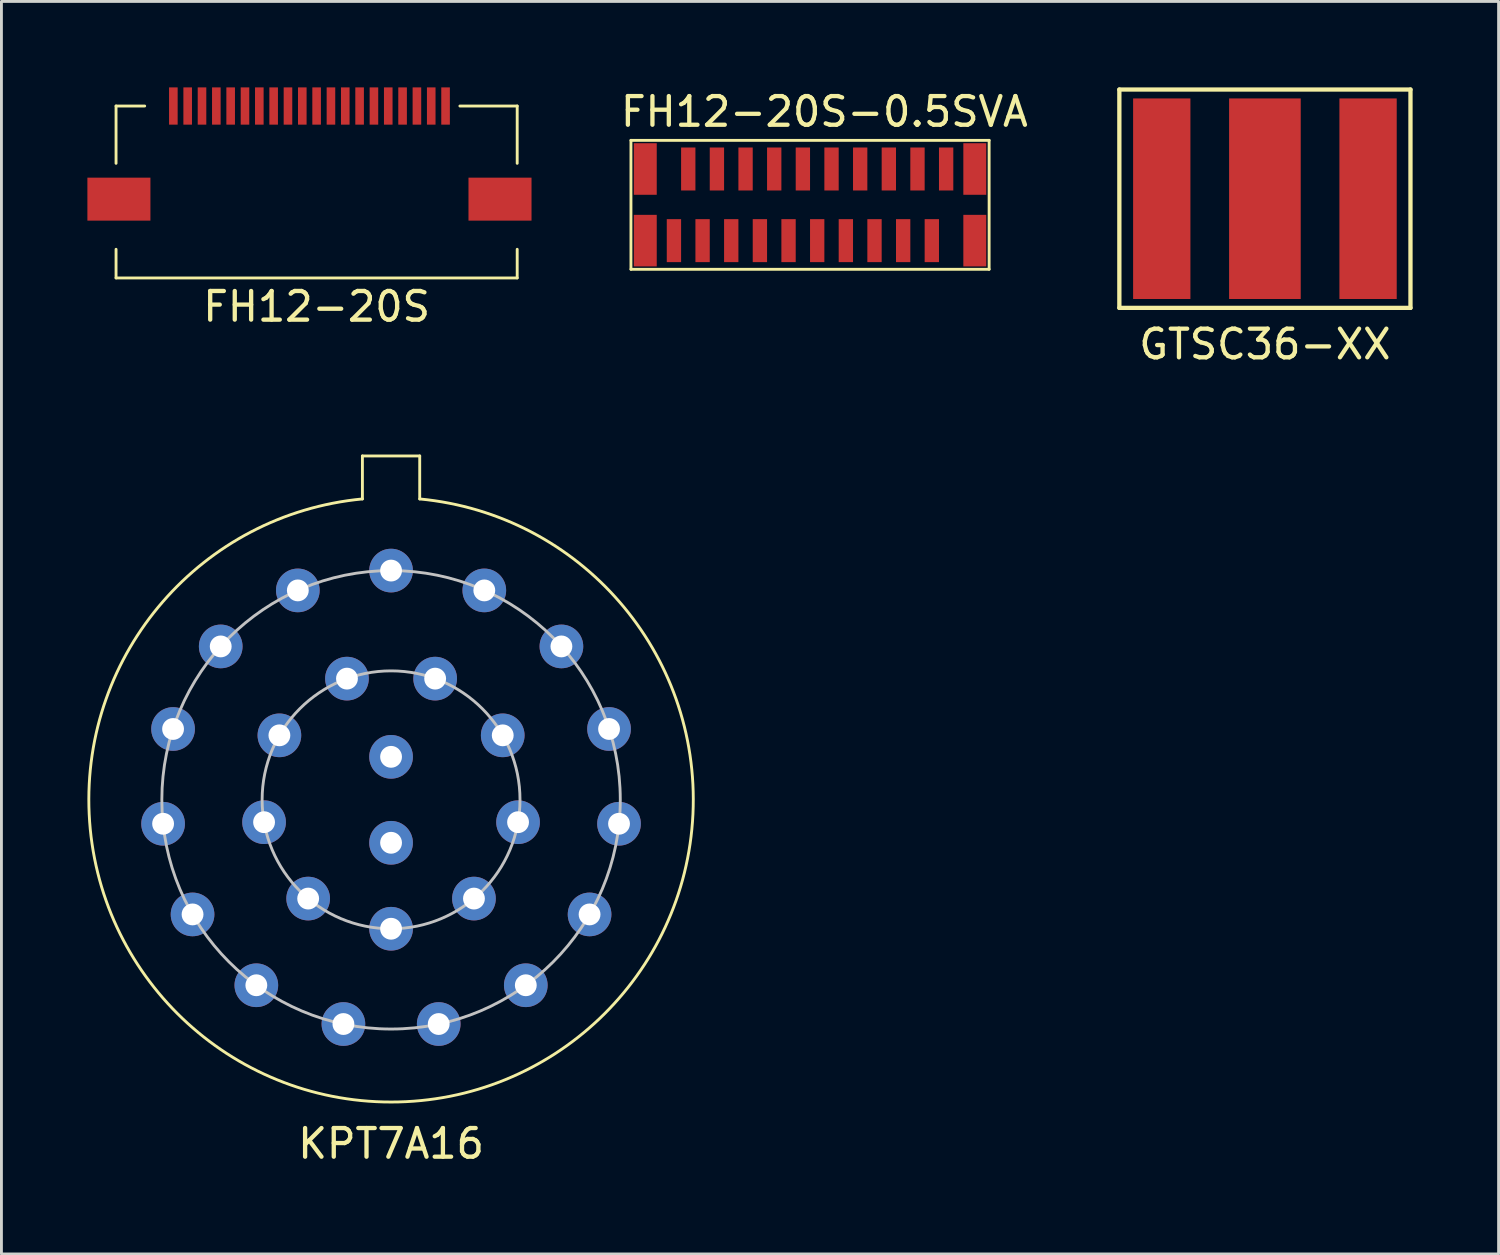
<source format=kicad_pcb>
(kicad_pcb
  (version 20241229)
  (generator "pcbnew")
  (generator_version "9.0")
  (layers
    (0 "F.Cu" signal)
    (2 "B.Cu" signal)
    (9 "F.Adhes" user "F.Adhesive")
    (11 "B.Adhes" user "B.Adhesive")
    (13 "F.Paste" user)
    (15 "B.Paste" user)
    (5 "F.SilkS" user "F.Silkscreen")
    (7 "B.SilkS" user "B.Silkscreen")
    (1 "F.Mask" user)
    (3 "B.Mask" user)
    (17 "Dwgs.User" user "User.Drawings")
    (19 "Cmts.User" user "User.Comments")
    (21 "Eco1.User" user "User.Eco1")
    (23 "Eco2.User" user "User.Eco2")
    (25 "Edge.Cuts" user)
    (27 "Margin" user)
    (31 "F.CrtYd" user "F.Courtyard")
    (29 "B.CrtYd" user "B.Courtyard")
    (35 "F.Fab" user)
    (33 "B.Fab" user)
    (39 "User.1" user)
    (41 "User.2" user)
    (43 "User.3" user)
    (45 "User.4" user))
  (footprint "FH12-20S-0.5SVA"
    (layer "F.Cu")
    (at 20.47 5.348)
    (property "Reference" "FH12-20S-0.5SVA" (at 5.25 -4.5 0) (layer "F.SilkS") (effects (font (size 1 1) (thickness 0.15))))
    (attr through_hole)
    (fp_line (start -1.5 -3.5) (end 11 -3.5) (stroke (width 0.1) (type solid)) (layer "F.SilkS"))
    (fp_line (start -1.5 1) (end -1.5 -3.5) (stroke (width 0.1) (type solid)) (layer "F.SilkS"))
    (fp_line (start 11 -3.5) (end 11 1) (stroke (width 0.1) (type solid)) (layer "F.SilkS"))
    (fp_line (start 11 1) (end -1.5 1) (stroke (width 0.1) (type solid)) (layer "F.SilkS"))
    (pad "" smd rect (at -1 -2.5) (size 0.8 1.8) (layers "F.Cu" "F.Mask" "F.Paste"))
    (pad "" smd rect (at -1 0) (size 0.8 1.8) (layers "F.Cu" "F.Mask" "F.Paste"))
    (pad "" smd rect (at 10.5 -2.5) (size 0.8 1.8) (layers "F.Cu" "F.Mask" "F.Paste"))
    (pad "" smd rect (at 10.5 0) (size 0.8 1.8) (layers "F.Cu" "F.Mask" "F.Paste"))
    (pad "1" smd rect (at 9.5 -2.5) (size 0.5 1.5) (layers "F.Cu" "F.Mask" "F.Paste"))
    (pad "2" smd rect (at 9 0) (size 0.5 1.5) (layers "F.Cu" "F.Mask" "F.Paste"))
    (pad "3" smd rect (at 8.5 -2.5) (size 0.5 1.5) (layers "F.Cu" "F.Mask" "F.Paste"))
    (pad "4" smd rect (at 8 0) (size 0.5 1.5) (layers "F.Cu" "F.Mask" "F.Paste"))
    (pad "5" smd rect (at 7.5 -2.5) (size 0.5 1.5) (layers "F.Cu" "F.Mask" "F.Paste"))
    (pad "6" smd rect (at 7 0) (size 0.5 1.5) (layers "F.Cu" "F.Mask" "F.Paste"))
    (pad "7" smd rect (at 6.5 -2.5) (size 0.5 1.5) (layers "F.Cu" "F.Mask" "F.Paste"))
    (pad "8" smd rect (at 6 0) (size 0.5 1.5) (layers "F.Cu" "F.Mask" "F.Paste"))
    (pad "9" smd rect (at 5.5 -2.5) (size 0.5 1.5) (layers "F.Cu" "F.Mask" "F.Paste"))
    (pad "10" smd rect (at 5 0) (size 0.5 1.5) (layers "F.Cu" "F.Mask" "F.Paste"))
    (pad "11" smd rect (at 4.5 -2.5) (size 0.5 1.5) (layers "F.Cu" "F.Mask" "F.Paste"))
    (pad "12" smd rect (at 4 0) (size 0.5 1.5) (layers "F.Cu" "F.Mask" "F.Paste"))
    (pad "13" smd rect (at 3.5 -2.5) (size 0.5 1.5) (layers "F.Cu" "F.Mask" "F.Paste"))
    (pad "14" smd rect (at 3 0) (size 0.5 1.5) (layers "F.Cu" "F.Mask" "F.Paste"))
    (pad "15" smd rect (at 2.5 -2.5) (size 0.5 1.5) (layers "F.Cu" "F.Mask" "F.Paste"))
    (pad "16" smd rect (at 2 0) (size 0.5 1.5) (layers "F.Cu" "F.Mask" "F.Paste"))
    (pad "17" smd rect (at 1.5 -2.5) (size 0.5 1.5) (layers "F.Cu" "F.Mask" "F.Paste"))
    (pad "18" smd rect (at 1 0) (size 0.5 1.5) (layers "F.Cu" "F.Mask" "F.Paste"))
    (pad "19" smd rect (at 0.5 -2.5) (size 0.5 1.5) (layers "F.Cu" "F.Mask" "F.Paste"))
    (pad "20" smd rect (at 0 0) (size 0.5 1.5) (layers "F.Cu" "F.Mask" "F.Paste")))
  (footprint "GTSC36-XX"
    (layer "F.Cu")
    (at 41.095 3.885)
    (property "Reference" "GTSC36-XX" (at 0 5.08 0) (layer "F.SilkS") (effects (font (size 1 1) (thickness 0.15))))
    (attr through_hole)
    (fp_line (start -5.08 -3.81) (end 5.08 -3.81) (stroke (width 0.15) (type solid)) (layer "F.SilkS"))
    (fp_line (start -5.08 3.81) (end -5.08 -3.81) (stroke (width 0.15) (type solid)) (layer "F.SilkS"))
    (fp_line (start 5.08 -3.81) (end 5.08 3.81) (stroke (width 0.15) (type solid)) (layer "F.SilkS"))
    (fp_line (start 5.08 3.81) (end -5.08 3.81) (stroke (width 0.15) (type solid)) (layer "F.SilkS"))
    (pad "1" smd rect (at 0 0) (size 2.5 7) (layers "F.Cu" "F.Mask" "F.Paste"))
    (pad "2" smd rect (at 3.6 0) (size 2 7) (layers "F.Cu" "F.Mask" "F.Paste"))
    (pad "3" smd rect (at -3.6 0) (size 2 7) (layers "F.Cu" "F.Mask" "F.Paste")))
  (footprint "KPT7A16"
    (layer "F.Cu")
    (at 10.598 24.863)
    (property "Reference" "KPT7A16" (at 0 12 0) (layer "F.SilkS") (effects (font (size 1 1) (thickness 0.15))))
    (attr through_hole)
    (fp_line (start -1 -12) (end -1 -10.5) (stroke (width 0.1) (type solid)) (layer "F.SilkS"))
    (fp_line (start -1 -12) (end 1 -12) (stroke (width 0.1) (type solid)) (layer "F.SilkS"))
    (fp_line (start 1 -12) (end 1 -10.5) (stroke (width 0.1) (type solid)) (layer "F.SilkS"))
    (fp_arc (start 1 -10.5) (mid 0 10.547512) (end -1 -10.5) (stroke (width 0.1) (type solid)) (layer "F.SilkS"))
    (fp_circle (center 0 0) (end 0 -8) (stroke (width 0.1) (type solid)) (fill no) (layer "Dwgs.User"))
    (fp_circle (center 0 0) (end 0 4.5) (stroke (width 0.1) (type solid)) (fill no) (layer "Dwgs.User"))
    (pad "1" thru_hole circle (at 0 -8) (size 1.524 1.524) (drill 0.762) (layers "*.Cu" "*.Mask"))
    (pad "2" thru_hole circle (at -3.254 -7.308) (size 1.524 1.524) (drill 0.762) (layers "*.Cu" "*.Mask"))
    (pad "3" thru_hole circle (at -5.945 -5.353) (size 1.524 1.524) (drill 0.762) (layers "*.Cu" "*.Mask"))
    (pad "4" thru_hole circle (at -7.608 -2.472) (size 1.524 1.524) (drill 0.762) (layers "*.Cu" "*.Mask"))
    (pad "5" thru_hole circle (at -7.956 0.836) (size 1.524 1.524) (drill 0.762) (layers "*.Cu" "*.Mask"))
    (pad "6" thru_hole circle (at -6.928 4) (size 1.524 1.524) (drill 0.762) (layers "*.Cu" "*.Mask"))
    (pad "7" thru_hole circle (at -4.702 6.472) (size 1.524 1.524) (drill 0.762) (layers "*.Cu" "*.Mask"))
    (pad "8" thru_hole circle (at -1.663 7.825) (size 1.524 1.524) (drill 0.762) (layers "*.Cu" "*.Mask"))
    (pad "9" thru_hole circle (at 1.663 7.825) (size 1.524 1.524) (drill 0.762) (layers "*.Cu" "*.Mask"))
    (pad "10" thru_hole circle (at 4.702 6.472) (size 1.524 1.524) (drill 0.762) (layers "*.Cu" "*.Mask"))
    (pad "11" thru_hole circle (at 6.928 4) (size 1.524 1.524) (drill 0.762) (layers "*.Cu" "*.Mask"))
    (pad "12" thru_hole circle (at 7.956 0.836) (size 1.524 1.524) (drill 0.762) (layers "*.Cu" "*.Mask"))
    (pad "13" thru_hole circle (at 7.608 -2.472) (size 1.524 1.524) (drill 0.762) (layers "*.Cu" "*.Mask"))
    (pad "14" thru_hole circle (at 5.945 -5.353) (size 1.524 1.524) (drill 0.762) (layers "*.Cu" "*.Mask"))
    (pad "15" thru_hole circle (at 3.254 -7.308) (size 1.524 1.524) (drill 0.762) (layers "*.Cu" "*.Mask"))
    (pad "16" thru_hole circle (at 1.539 -4.229) (size 1.524 1.524) (drill 0.762) (layers "*.Cu" "*.Mask"))
    (pad "17" thru_hole circle (at -1.539 -4.229) (size 1.524 1.524) (drill 0.762) (layers "*.Cu" "*.Mask"))
    (pad "18" thru_hole circle (at -3.897 -2.25) (size 1.524 1.524) (drill 0.762) (layers "*.Cu" "*.Mask"))
    (pad "19" thru_hole circle (at -4.432 0.781) (size 1.524 1.524) (drill 0.762) (layers "*.Cu" "*.Mask"))
    (pad "20" thru_hole circle (at -2.893 3.447) (size 1.524 1.524) (drill 0.762) (layers "*.Cu" "*.Mask"))
    (pad "21" thru_hole circle (at 0 4.5) (size 1.524 1.524) (drill 0.762) (layers "*.Cu" "*.Mask"))
    (pad "22" thru_hole circle (at 2.893 3.447) (size 1.524 1.524) (drill 0.762) (layers "*.Cu" "*.Mask"))
    (pad "23" thru_hole circle (at 4.432 0.781) (size 1.524 1.524) (drill 0.762) (layers "*.Cu" "*.Mask"))
    (pad "24" thru_hole circle (at 3.897 -2.25) (size 1.524 1.524) (drill 0.762) (layers "*.Cu" "*.Mask"))
    (pad "25" thru_hole circle (at 0 -1.5) (size 1.524 1.524) (drill 0.762) (layers "*.Cu" "*.Mask"))
    (pad "26" thru_hole circle (at 0 1.5) (size 1.524 1.524) (drill 0.762) (layers "*.Cu" "*.Mask")))
  (footprint "FH12-20S"
    (layer "F.Cu")
    (at 3 0.65)
    (property "Reference" "FH12-20S" (at 5 7 0) (layer "F.SilkS") (effects (font (size 1 1) (thickness 0.15))))
    (attr through_hole)
    (fp_line (start -2 0) (end -1 0) (stroke (width 0.1) (type solid)) (layer "F.SilkS"))
    (fp_line (start -2 2) (end -2 0) (stroke (width 0.1) (type solid)) (layer "F.SilkS"))
    (fp_line (start -2 6) (end -2 5) (stroke (width 0.1) (type solid)) (layer "F.SilkS"))
    (fp_line (start 10 0) (end 12 0) (stroke (width 0.1) (type solid)) (layer "F.SilkS"))
    (fp_line (start 12 0) (end 12 2) (stroke (width 0.1) (type solid)) (layer "F.SilkS"))
    (fp_line (start 12 5) (end 12 6) (stroke (width 0.1) (type solid)) (layer "F.SilkS"))
    (fp_line (start 12 6) (end -2 6) (stroke (width 0.1) (type solid)) (layer "F.SilkS"))
    (pad "" smd rect (at -1.9 3.25) (size 2.2 1.5) (layers "F.Cu" "F.Mask" "F.Paste"))
    (pad "" smd rect (at 11.4 3.25) (size 2.2 1.5) (layers "F.Cu" "F.Mask" "F.Paste"))
    (pad "1" smd rect (at 0 0) (size 0.3 1.3) (layers "F.Cu" "F.Mask" "F.Paste"))
    (pad "2" smd rect (at 0.5 0) (size 0.3 1.3) (layers "F.Cu" "F.Mask" "F.Paste"))
    (pad "3" smd rect (at 1 0) (size 0.3 1.3) (layers "F.Cu" "F.Mask" "F.Paste"))
    (pad "4" smd rect (at 1.5 0) (size 0.3 1.3) (layers "F.Cu" "F.Mask" "F.Paste"))
    (pad "5" smd rect (at 2 0) (size 0.3 1.3) (layers "F.Cu" "F.Mask" "F.Paste"))
    (pad "6" smd rect (at 2.5 0) (size 0.3 1.3) (layers "F.Cu" "F.Mask" "F.Paste"))
    (pad "7" smd rect (at 3 0) (size 0.3 1.3) (layers "F.Cu" "F.Mask" "F.Paste"))
    (pad "8" smd rect (at 3.5 0) (size 0.3 1.3) (layers "F.Cu" "F.Mask" "F.Paste"))
    (pad "9" smd rect (at 4 0) (size 0.3 1.3) (layers "F.Cu" "F.Mask" "F.Paste"))
    (pad "10" smd rect (at 4.5 0) (size 0.3 1.3) (layers "F.Cu" "F.Mask" "F.Paste"))
    (pad "11" smd rect (at 5 0) (size 0.3 1.3) (layers "F.Cu" "F.Mask" "F.Paste"))
    (pad "12" smd rect (at 5.5 0) (size 0.3 1.3) (layers "F.Cu" "F.Mask" "F.Paste"))
    (pad "13" smd rect (at 6 0) (size 0.3 1.3) (layers "F.Cu" "F.Mask" "F.Paste"))
    (pad "14" smd rect (at 6.5 0) (size 0.3 1.3) (layers "F.Cu" "F.Mask" "F.Paste"))
    (pad "15" smd rect (at 7 0) (size 0.3 1.3) (layers "F.Cu" "F.Mask" "F.Paste"))
    (pad "16" smd rect (at 7.5 0) (size 0.3 1.3) (layers "F.Cu" "F.Mask" "F.Paste"))
    (pad "17" smd rect (at 8 0) (size 0.3 1.3) (layers "F.Cu" "F.Mask" "F.Paste"))
    (pad "18" smd rect (at 8.5 0) (size 0.3 1.3) (layers "F.Cu" "F.Mask" "F.Paste"))
    (pad "19" smd rect (at 9 0) (size 0.3 1.3) (layers "F.Cu" "F.Mask" "F.Paste"))
    (pad "20" smd rect (at 9.5 0) (size 0.3 1.3) (layers "F.Cu" "F.Mask" "F.Paste")))
  (gr_rect
    (start -3 -3)
    (end 49.25 40.712)
    (stroke (width 0.1) (type default))
    (fill no)
    (layer "Edge.Cuts")))
</source>
